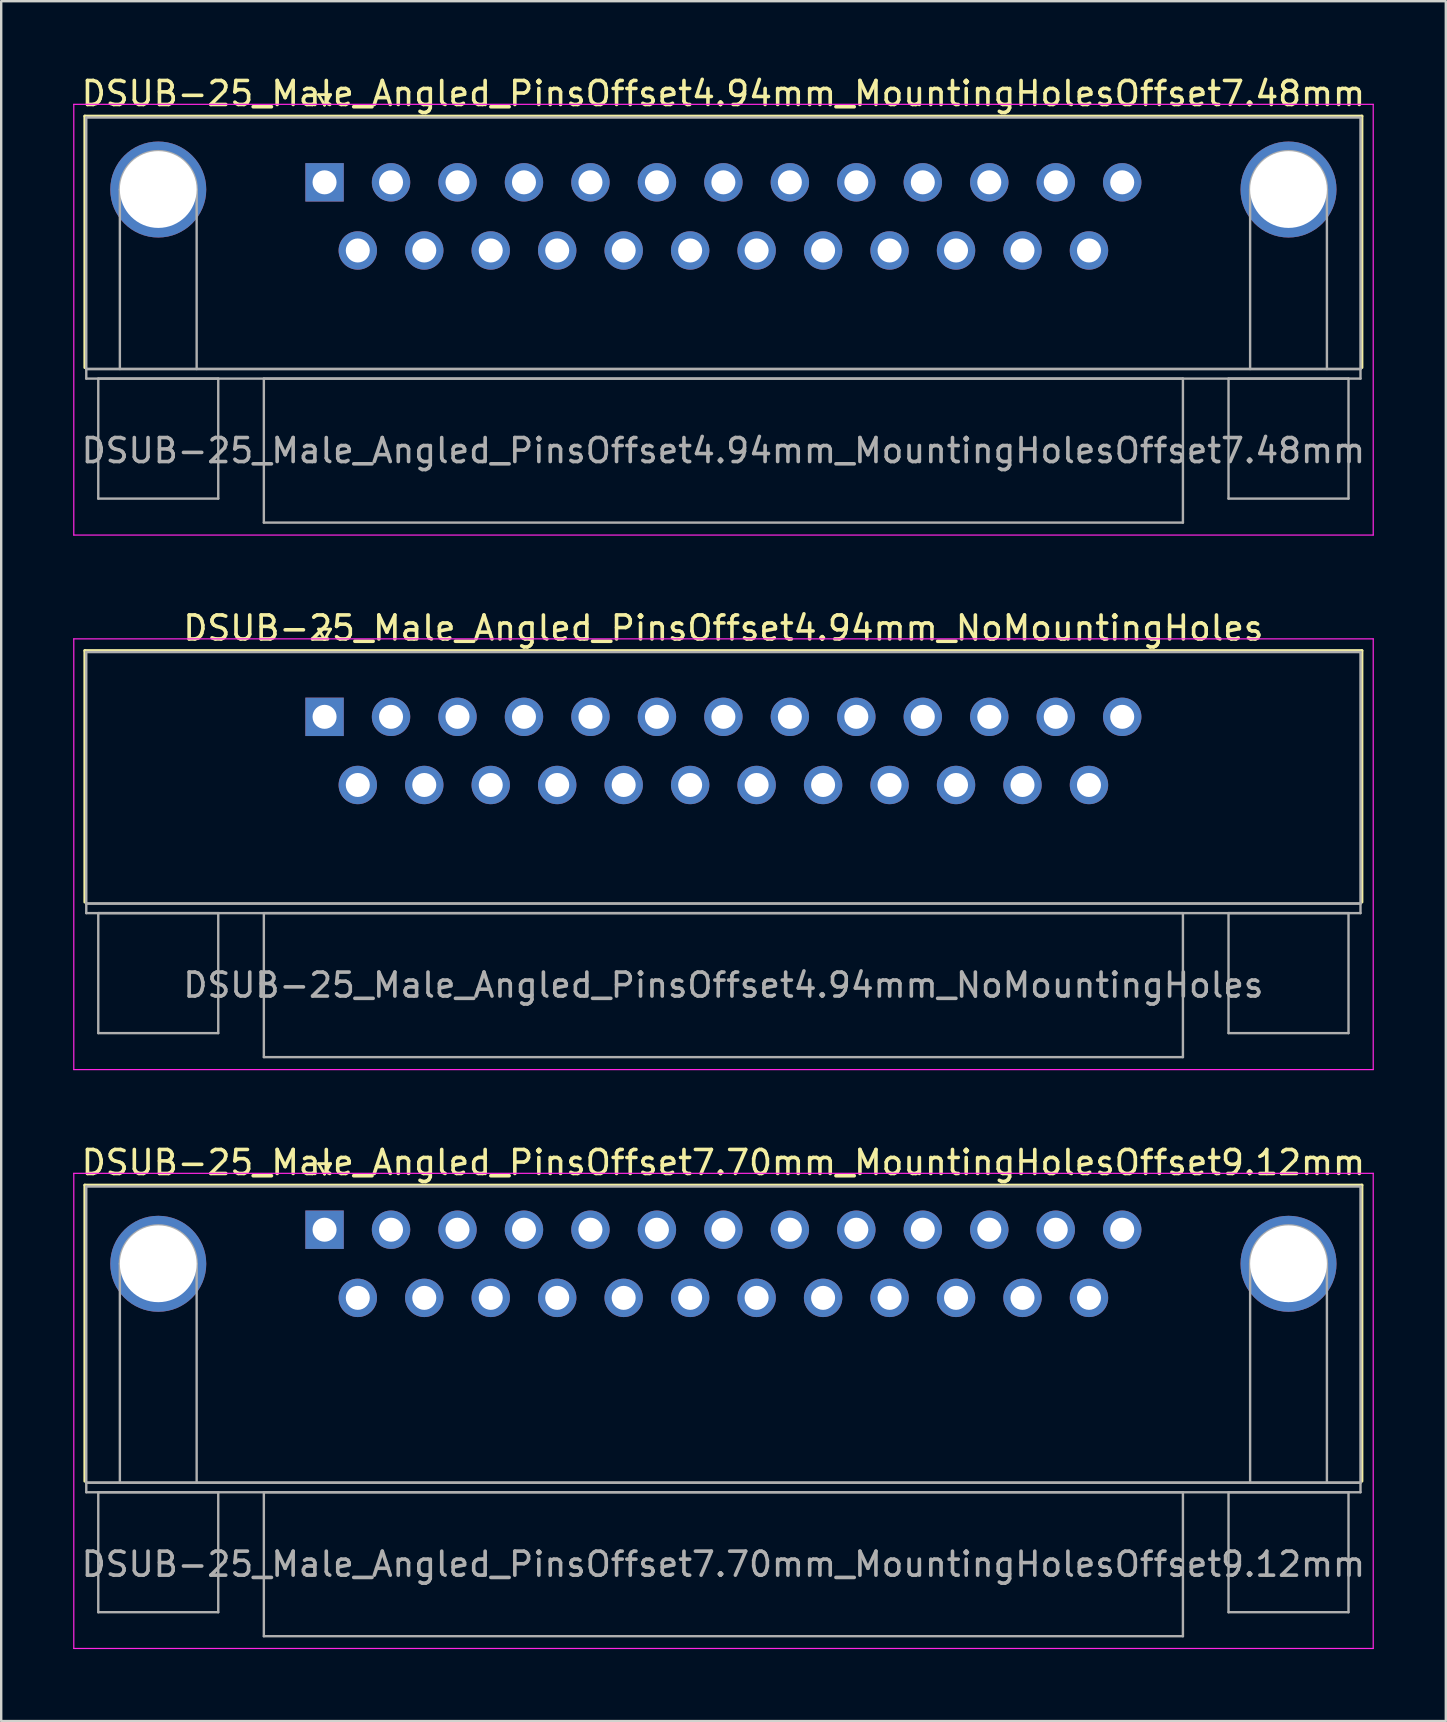
<source format=kicad_pcb>
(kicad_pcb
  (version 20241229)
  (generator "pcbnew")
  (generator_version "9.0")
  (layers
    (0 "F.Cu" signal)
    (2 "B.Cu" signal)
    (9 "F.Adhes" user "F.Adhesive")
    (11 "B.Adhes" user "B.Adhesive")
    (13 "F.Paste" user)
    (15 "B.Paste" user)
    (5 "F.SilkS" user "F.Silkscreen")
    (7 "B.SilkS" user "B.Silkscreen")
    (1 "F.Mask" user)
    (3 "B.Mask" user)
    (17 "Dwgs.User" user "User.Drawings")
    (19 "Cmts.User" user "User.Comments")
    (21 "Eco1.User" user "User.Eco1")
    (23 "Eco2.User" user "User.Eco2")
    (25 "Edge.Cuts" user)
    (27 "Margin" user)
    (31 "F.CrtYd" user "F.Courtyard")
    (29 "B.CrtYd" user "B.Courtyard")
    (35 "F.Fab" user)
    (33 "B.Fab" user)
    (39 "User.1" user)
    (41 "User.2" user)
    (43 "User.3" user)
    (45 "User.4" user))
  (footprint "DSUB-25_Male_Angled_PinsOffset4.94mm_MountingHolesOffset7.48mm"
    (layer "F.Cu")
    (at 10.475 4.548)
    (property "Reference" "DSUB-25_Male_Angled_PinsOffset4.94mm_MountingHolesOffset7.48mm" (at 16.62 -3.7 0) (layer "F.SilkS") (effects (font (size 1 1) (thickness 0.15))))
    (attr through_hole)
    (fp_line (start -9.99 -2.76) (end 43.23 -2.76) (stroke (width 0.12) (type solid)) (layer "F.SilkS"))
    (fp_line (start -9.99 7.72) (end -9.99 -2.76) (stroke (width 0.12) (type solid)) (layer "F.SilkS"))
    (fp_line (start -0.25 -3.654) (end 0.25 -3.654) (stroke (width 0.12) (type solid)) (layer "F.SilkS"))
    (fp_line (start 0 -3.221) (end -0.25 -3.654) (stroke (width 0.12) (type solid)) (layer "F.SilkS"))
    (fp_line (start 0.25 -3.654) (end 0 -3.221) (stroke (width 0.12) (type solid)) (layer "F.SilkS"))
    (fp_line (start 43.23 -2.76) (end 43.23 7.72) (stroke (width 0.12) (type solid)) (layer "F.SilkS"))
    (fp_line (start -10.45 -3.25) (end -10.45 14.7) (stroke (width 0.05) (type solid)) (layer "F.CrtYd"))
    (fp_line (start -10.45 14.7) (end 43.7 14.7) (stroke (width 0.05) (type solid)) (layer "F.CrtYd"))
    (fp_line (start 43.7 -3.25) (end -10.45 -3.25) (stroke (width 0.05) (type solid)) (layer "F.CrtYd"))
    (fp_line (start 43.7 14.7) (end 43.7 -3.25) (stroke (width 0.05) (type solid)) (layer "F.CrtYd"))
    (fp_line (start -9.93 -2.7) (end -9.93 7.78) (stroke (width 0.1) (type solid)) (layer "F.Fab"))
    (fp_line (start -9.93 7.78) (end -9.93 8.18) (stroke (width 0.1) (type solid)) (layer "F.Fab"))
    (fp_line (start -9.93 7.78) (end 43.17 7.78) (stroke (width 0.1) (type solid)) (layer "F.Fab"))
    (fp_line (start -9.93 8.18) (end 43.17 8.18) (stroke (width 0.1) (type solid)) (layer "F.Fab"))
    (fp_line (start -9.43 8.18) (end -9.43 13.18) (stroke (width 0.1) (type solid)) (layer "F.Fab"))
    (fp_line (start -9.43 13.18) (end -4.43 13.18) (stroke (width 0.1) (type solid)) (layer "F.Fab"))
    (fp_line (start -8.53 7.78) (end -8.53 0.3) (stroke (width 0.1) (type solid)) (layer "F.Fab"))
    (fp_line (start -5.33 7.78) (end -5.33 0.3) (stroke (width 0.1) (type solid)) (layer "F.Fab"))
    (fp_line (start -4.43 8.18) (end -9.43 8.18) (stroke (width 0.1) (type solid)) (layer "F.Fab"))
    (fp_line (start -4.43 13.18) (end -4.43 8.18) (stroke (width 0.1) (type solid)) (layer "F.Fab"))
    (fp_line (start -2.53 8.18) (end -2.53 14.18) (stroke (width 0.1) (type solid)) (layer "F.Fab"))
    (fp_line (start -2.53 14.18) (end 35.77 14.18) (stroke (width 0.1) (type solid)) (layer "F.Fab"))
    (fp_line (start 35.77 8.18) (end -2.53 8.18) (stroke (width 0.1) (type solid)) (layer "F.Fab"))
    (fp_line (start 35.77 14.18) (end 35.77 8.18) (stroke (width 0.1) (type solid)) (layer "F.Fab"))
    (fp_line (start 37.67 8.18) (end 37.67 13.18) (stroke (width 0.1) (type solid)) (layer "F.Fab"))
    (fp_line (start 37.67 13.18) (end 42.67 13.18) (stroke (width 0.1) (type solid)) (layer "F.Fab"))
    (fp_line (start 38.57 7.78) (end 38.57 0.3) (stroke (width 0.1) (type solid)) (layer "F.Fab"))
    (fp_line (start 41.77 7.78) (end 41.77 0.3) (stroke (width 0.1) (type solid)) (layer "F.Fab"))
    (fp_line (start 42.67 8.18) (end 37.67 8.18) (stroke (width 0.1) (type solid)) (layer "F.Fab"))
    (fp_line (start 42.67 13.18) (end 42.67 8.18) (stroke (width 0.1) (type solid)) (layer "F.Fab"))
    (fp_line (start 43.17 -2.7) (end -9.93 -2.7) (stroke (width 0.1) (type solid)) (layer "F.Fab"))
    (fp_line (start 43.17 7.78) (end -9.93 7.78) (stroke (width 0.1) (type solid)) (layer "F.Fab"))
    (fp_line (start 43.17 7.78) (end 43.17 -2.7) (stroke (width 0.1) (type solid)) (layer "F.Fab"))
    (fp_line (start 43.17 8.18) (end 43.17 7.78) (stroke (width 0.1) (type solid)) (layer "F.Fab"))
    (fp_arc (start -8.53 0.3) (mid -6.93 -1.3) (end -5.33 0.3) (stroke (width 0.1) (type solid)) (layer "F.Fab"))
    (fp_arc (start 38.57 0.3) (mid 40.17 -1.3) (end 41.77 0.3) (stroke (width 0.1) (type solid)) (layer "F.Fab"))
    (fp_text user "${REFERENCE}" (at 16.62 11.18 0) (layer "F.Fab") (effects (font (size 1 1) (thickness 0.15))))
    (pad "0" thru_hole circle (at -6.93 0.3) (size 4 4) (drill 3.2) (layers "*.Cu" "*.Mask"))
    (pad "0" thru_hole circle (at 40.17 0.3) (size 4 4) (drill 3.2) (layers "*.Cu" "*.Mask"))
    (pad "1" thru_hole rect (at 0 0) (size 1.6 1.6) (drill 1) (layers "*.Cu" "*.Mask"))
    (pad "2" thru_hole circle (at 2.77 0) (size 1.6 1.6) (drill 1) (layers "*.Cu" "*.Mask"))
    (pad "3" thru_hole circle (at 5.54 0) (size 1.6 1.6) (drill 1) (layers "*.Cu" "*.Mask"))
    (pad "4" thru_hole circle (at 8.31 0) (size 1.6 1.6) (drill 1) (layers "*.Cu" "*.Mask"))
    (pad "5" thru_hole circle (at 11.08 0) (size 1.6 1.6) (drill 1) (layers "*.Cu" "*.Mask"))
    (pad "6" thru_hole circle (at 13.85 0) (size 1.6 1.6) (drill 1) (layers "*.Cu" "*.Mask"))
    (pad "7" thru_hole circle (at 16.62 0) (size 1.6 1.6) (drill 1) (layers "*.Cu" "*.Mask"))
    (pad "8" thru_hole circle (at 19.39 0) (size 1.6 1.6) (drill 1) (layers "*.Cu" "*.Mask"))
    (pad "9" thru_hole circle (at 22.16 0) (size 1.6 1.6) (drill 1) (layers "*.Cu" "*.Mask"))
    (pad "10" thru_hole circle (at 24.93 0) (size 1.6 1.6) (drill 1) (layers "*.Cu" "*.Mask"))
    (pad "11" thru_hole circle (at 27.7 0) (size 1.6 1.6) (drill 1) (layers "*.Cu" "*.Mask"))
    (pad "12" thru_hole circle (at 30.47 0) (size 1.6 1.6) (drill 1) (layers "*.Cu" "*.Mask"))
    (pad "13" thru_hole circle (at 33.24 0) (size 1.6 1.6) (drill 1) (layers "*.Cu" "*.Mask"))
    (pad "14" thru_hole circle (at 1.385 2.84) (size 1.6 1.6) (drill 1) (layers "*.Cu" "*.Mask"))
    (pad "15" thru_hole circle (at 4.155 2.84) (size 1.6 1.6) (drill 1) (layers "*.Cu" "*.Mask"))
    (pad "16" thru_hole circle (at 6.925 2.84) (size 1.6 1.6) (drill 1) (layers "*.Cu" "*.Mask"))
    (pad "17" thru_hole circle (at 9.695 2.84) (size 1.6 1.6) (drill 1) (layers "*.Cu" "*.Mask"))
    (pad "18" thru_hole circle (at 12.465 2.84) (size 1.6 1.6) (drill 1) (layers "*.Cu" "*.Mask"))
    (pad "19" thru_hole circle (at 15.235 2.84) (size 1.6 1.6) (drill 1) (layers "*.Cu" "*.Mask"))
    (pad "20" thru_hole circle (at 18.005 2.84) (size 1.6 1.6) (drill 1) (layers "*.Cu" "*.Mask"))
    (pad "21" thru_hole circle (at 20.775 2.84) (size 1.6 1.6) (drill 1) (layers "*.Cu" "*.Mask"))
    (pad "22" thru_hole circle (at 23.545 2.84) (size 1.6 1.6) (drill 1) (layers "*.Cu" "*.Mask"))
    (pad "23" thru_hole circle (at 26.315 2.84) (size 1.6 1.6) (drill 1) (layers "*.Cu" "*.Mask"))
    (pad "24" thru_hole circle (at 29.085 2.84) (size 1.6 1.6) (drill 1) (layers "*.Cu" "*.Mask"))
    (pad "25" thru_hole circle (at 31.855 2.84) (size 1.6 1.6) (drill 1) (layers "*.Cu" "*.Mask")))
  (footprint "DSUB-25_Male_Angled_PinsOffset7.70mm_MountingHolesOffset9.12mm"
    (layer "F.Cu")
    (at 10.475 48.195)
    (property "Reference" "DSUB-25_Male_Angled_PinsOffset7.70mm_MountingHolesOffset9.12mm" (at 16.62 -2.8 0) (layer "F.SilkS") (effects (font (size 1 1) (thickness 0.15))))
    (attr through_hole)
    (fp_line (start -9.99 -1.86) (end 43.23 -1.86) (stroke (width 0.12) (type solid)) (layer "F.SilkS"))
    (fp_line (start -9.99 10.48) (end -9.99 -1.86) (stroke (width 0.12) (type solid)) (layer "F.SilkS"))
    (fp_line (start -0.25 -2.754) (end 0.25 -2.754) (stroke (width 0.12) (type solid)) (layer "F.SilkS"))
    (fp_line (start 0 -2.321) (end -0.25 -2.754) (stroke (width 0.12) (type solid)) (layer "F.SilkS"))
    (fp_line (start 0.25 -2.754) (end 0 -2.321) (stroke (width 0.12) (type solid)) (layer "F.SilkS"))
    (fp_line (start 43.23 -1.86) (end 43.23 10.48) (stroke (width 0.12) (type solid)) (layer "F.SilkS"))
    (fp_line (start -10.45 -2.35) (end -10.45 17.45) (stroke (width 0.05) (type solid)) (layer "F.CrtYd"))
    (fp_line (start -10.45 17.45) (end 43.7 17.45) (stroke (width 0.05) (type solid)) (layer "F.CrtYd"))
    (fp_line (start 43.7 -2.35) (end -10.45 -2.35) (stroke (width 0.05) (type solid)) (layer "F.CrtYd"))
    (fp_line (start 43.7 17.45) (end 43.7 -2.35) (stroke (width 0.05) (type solid)) (layer "F.CrtYd"))
    (fp_line (start -9.93 -1.8) (end -9.93 10.54) (stroke (width 0.1) (type solid)) (layer "F.Fab"))
    (fp_line (start -9.93 10.54) (end -9.93 10.94) (stroke (width 0.1) (type solid)) (layer "F.Fab"))
    (fp_line (start -9.93 10.54) (end 43.17 10.54) (stroke (width 0.1) (type solid)) (layer "F.Fab"))
    (fp_line (start -9.93 10.94) (end 43.17 10.94) (stroke (width 0.1) (type solid)) (layer "F.Fab"))
    (fp_line (start -9.43 10.94) (end -9.43 15.94) (stroke (width 0.1) (type solid)) (layer "F.Fab"))
    (fp_line (start -9.43 15.94) (end -4.43 15.94) (stroke (width 0.1) (type solid)) (layer "F.Fab"))
    (fp_line (start -8.53 10.54) (end -8.53 1.42) (stroke (width 0.1) (type solid)) (layer "F.Fab"))
    (fp_line (start -5.33 10.54) (end -5.33 1.42) (stroke (width 0.1) (type solid)) (layer "F.Fab"))
    (fp_line (start -4.43 10.94) (end -9.43 10.94) (stroke (width 0.1) (type solid)) (layer "F.Fab"))
    (fp_line (start -4.43 15.94) (end -4.43 10.94) (stroke (width 0.1) (type solid)) (layer "F.Fab"))
    (fp_line (start -2.53 10.94) (end -2.53 16.94) (stroke (width 0.1) (type solid)) (layer "F.Fab"))
    (fp_line (start -2.53 16.94) (end 35.77 16.94) (stroke (width 0.1) (type solid)) (layer "F.Fab"))
    (fp_line (start 35.77 10.94) (end -2.53 10.94) (stroke (width 0.1) (type solid)) (layer "F.Fab"))
    (fp_line (start 35.77 16.94) (end 35.77 10.94) (stroke (width 0.1) (type solid)) (layer "F.Fab"))
    (fp_line (start 37.67 10.94) (end 37.67 15.94) (stroke (width 0.1) (type solid)) (layer "F.Fab"))
    (fp_line (start 37.67 15.94) (end 42.67 15.94) (stroke (width 0.1) (type solid)) (layer "F.Fab"))
    (fp_line (start 38.57 10.54) (end 38.57 1.42) (stroke (width 0.1) (type solid)) (layer "F.Fab"))
    (fp_line (start 41.77 10.54) (end 41.77 1.42) (stroke (width 0.1) (type solid)) (layer "F.Fab"))
    (fp_line (start 42.67 10.94) (end 37.67 10.94) (stroke (width 0.1) (type solid)) (layer "F.Fab"))
    (fp_line (start 42.67 15.94) (end 42.67 10.94) (stroke (width 0.1) (type solid)) (layer "F.Fab"))
    (fp_line (start 43.17 -1.8) (end -9.93 -1.8) (stroke (width 0.1) (type solid)) (layer "F.Fab"))
    (fp_line (start 43.17 10.54) (end -9.93 10.54) (stroke (width 0.1) (type solid)) (layer "F.Fab"))
    (fp_line (start 43.17 10.54) (end 43.17 -1.8) (stroke (width 0.1) (type solid)) (layer "F.Fab"))
    (fp_line (start 43.17 10.94) (end 43.17 10.54) (stroke (width 0.1) (type solid)) (layer "F.Fab"))
    (fp_arc (start -8.53 1.42) (mid -6.93 -0.18) (end -5.33 1.42) (stroke (width 0.1) (type solid)) (layer "F.Fab"))
    (fp_arc (start 38.57 1.42) (mid 40.17 -0.18) (end 41.77 1.42) (stroke (width 0.1) (type solid)) (layer "F.Fab"))
    (fp_text user "${REFERENCE}" (at 16.62 13.94 0) (layer "F.Fab") (effects (font (size 1 1) (thickness 0.15))))
    (pad "0" thru_hole circle (at -6.93 1.42) (size 4 4) (drill 3.2) (layers "*.Cu" "*.Mask"))
    (pad "0" thru_hole circle (at 40.17 1.42) (size 4 4) (drill 3.2) (layers "*.Cu" "*.Mask"))
    (pad "1" thru_hole rect (at 0 0) (size 1.6 1.6) (drill 1) (layers "*.Cu" "*.Mask"))
    (pad "2" thru_hole circle (at 2.77 0) (size 1.6 1.6) (drill 1) (layers "*.Cu" "*.Mask"))
    (pad "3" thru_hole circle (at 5.54 0) (size 1.6 1.6) (drill 1) (layers "*.Cu" "*.Mask"))
    (pad "4" thru_hole circle (at 8.31 0) (size 1.6 1.6) (drill 1) (layers "*.Cu" "*.Mask"))
    (pad "5" thru_hole circle (at 11.08 0) (size 1.6 1.6) (drill 1) (layers "*.Cu" "*.Mask"))
    (pad "6" thru_hole circle (at 13.85 0) (size 1.6 1.6) (drill 1) (layers "*.Cu" "*.Mask"))
    (pad "7" thru_hole circle (at 16.62 0) (size 1.6 1.6) (drill 1) (layers "*.Cu" "*.Mask"))
    (pad "8" thru_hole circle (at 19.39 0) (size 1.6 1.6) (drill 1) (layers "*.Cu" "*.Mask"))
    (pad "9" thru_hole circle (at 22.16 0) (size 1.6 1.6) (drill 1) (layers "*.Cu" "*.Mask"))
    (pad "10" thru_hole circle (at 24.93 0) (size 1.6 1.6) (drill 1) (layers "*.Cu" "*.Mask"))
    (pad "11" thru_hole circle (at 27.7 0) (size 1.6 1.6) (drill 1) (layers "*.Cu" "*.Mask"))
    (pad "12" thru_hole circle (at 30.47 0) (size 1.6 1.6) (drill 1) (layers "*.Cu" "*.Mask"))
    (pad "13" thru_hole circle (at 33.24 0) (size 1.6 1.6) (drill 1) (layers "*.Cu" "*.Mask"))
    (pad "14" thru_hole circle (at 1.385 2.84) (size 1.6 1.6) (drill 1) (layers "*.Cu" "*.Mask"))
    (pad "15" thru_hole circle (at 4.155 2.84) (size 1.6 1.6) (drill 1) (layers "*.Cu" "*.Mask"))
    (pad "16" thru_hole circle (at 6.925 2.84) (size 1.6 1.6) (drill 1) (layers "*.Cu" "*.Mask"))
    (pad "17" thru_hole circle (at 9.695 2.84) (size 1.6 1.6) (drill 1) (layers "*.Cu" "*.Mask"))
    (pad "18" thru_hole circle (at 12.465 2.84) (size 1.6 1.6) (drill 1) (layers "*.Cu" "*.Mask"))
    (pad "19" thru_hole circle (at 15.235 2.84) (size 1.6 1.6) (drill 1) (layers "*.Cu" "*.Mask"))
    (pad "20" thru_hole circle (at 18.005 2.84) (size 1.6 1.6) (drill 1) (layers "*.Cu" "*.Mask"))
    (pad "21" thru_hole circle (at 20.775 2.84) (size 1.6 1.6) (drill 1) (layers "*.Cu" "*.Mask"))
    (pad "22" thru_hole circle (at 23.545 2.84) (size 1.6 1.6) (drill 1) (layers "*.Cu" "*.Mask"))
    (pad "23" thru_hole circle (at 26.315 2.84) (size 1.6 1.6) (drill 1) (layers "*.Cu" "*.Mask"))
    (pad "24" thru_hole circle (at 29.085 2.84) (size 1.6 1.6) (drill 1) (layers "*.Cu" "*.Mask"))
    (pad "25" thru_hole circle (at 31.855 2.84) (size 1.6 1.6) (drill 1) (layers "*.Cu" "*.Mask")))
  (footprint "DSUB-25_Male_Angled_PinsOffset4.94mm_NoMountingHoles"
    (layer "F.Cu")
    (at 10.475 26.822)
    (property "Reference" "DSUB-25_Male_Angled_PinsOffset4.94mm_NoMountingHoles" (at 16.62 -3.7 0) (layer "F.SilkS") (effects (font (size 1 1) (thickness 0.15))))
    (attr through_hole)
    (fp_line (start -9.99 -2.76) (end 43.23 -2.76) (stroke (width 0.12) (type solid)) (layer "F.SilkS"))
    (fp_line (start -9.99 7.72) (end -9.99 -2.76) (stroke (width 0.12) (type solid)) (layer "F.SilkS"))
    (fp_line (start -0.25 -3.654) (end 0.25 -3.654) (stroke (width 0.12) (type solid)) (layer "F.SilkS"))
    (fp_line (start 0 -3.221) (end -0.25 -3.654) (stroke (width 0.12) (type solid)) (layer "F.SilkS"))
    (fp_line (start 0.25 -3.654) (end 0 -3.221) (stroke (width 0.12) (type solid)) (layer "F.SilkS"))
    (fp_line (start 43.23 -2.76) (end 43.23 7.72) (stroke (width 0.12) (type solid)) (layer "F.SilkS"))
    (fp_line (start -10.45 -3.25) (end -10.45 14.7) (stroke (width 0.05) (type solid)) (layer "F.CrtYd"))
    (fp_line (start -10.45 14.7) (end 43.7 14.7) (stroke (width 0.05) (type solid)) (layer "F.CrtYd"))
    (fp_line (start 43.7 -3.25) (end -10.45 -3.25) (stroke (width 0.05) (type solid)) (layer "F.CrtYd"))
    (fp_line (start 43.7 14.7) (end 43.7 -3.25) (stroke (width 0.05) (type solid)) (layer "F.CrtYd"))
    (fp_line (start -9.93 -2.7) (end -9.93 7.78) (stroke (width 0.1) (type solid)) (layer "F.Fab"))
    (fp_line (start -9.93 7.78) (end -9.93 8.18) (stroke (width 0.1) (type solid)) (layer "F.Fab"))
    (fp_line (start -9.93 7.78) (end 43.17 7.78) (stroke (width 0.1) (type solid)) (layer "F.Fab"))
    (fp_line (start -9.93 8.18) (end 43.17 8.18) (stroke (width 0.1) (type solid)) (layer "F.Fab"))
    (fp_line (start -9.43 8.18) (end -9.43 13.18) (stroke (width 0.1) (type solid)) (layer "F.Fab"))
    (fp_line (start -9.43 13.18) (end -4.43 13.18) (stroke (width 0.1) (type solid)) (layer "F.Fab"))
    (fp_line (start -4.43 8.18) (end -9.43 8.18) (stroke (width 0.1) (type solid)) (layer "F.Fab"))
    (fp_line (start -4.43 13.18) (end -4.43 8.18) (stroke (width 0.1) (type solid)) (layer "F.Fab"))
    (fp_line (start -2.53 8.18) (end -2.53 14.18) (stroke (width 0.1) (type solid)) (layer "F.Fab"))
    (fp_line (start -2.53 14.18) (end 35.77 14.18) (stroke (width 0.1) (type solid)) (layer "F.Fab"))
    (fp_line (start 35.77 8.18) (end -2.53 8.18) (stroke (width 0.1) (type solid)) (layer "F.Fab"))
    (fp_line (start 35.77 14.18) (end 35.77 8.18) (stroke (width 0.1) (type solid)) (layer "F.Fab"))
    (fp_line (start 37.67 8.18) (end 37.67 13.18) (stroke (width 0.1) (type solid)) (layer "F.Fab"))
    (fp_line (start 37.67 13.18) (end 42.67 13.18) (stroke (width 0.1) (type solid)) (layer "F.Fab"))
    (fp_line (start 42.67 8.18) (end 37.67 8.18) (stroke (width 0.1) (type solid)) (layer "F.Fab"))
    (fp_line (start 42.67 13.18) (end 42.67 8.18) (stroke (width 0.1) (type solid)) (layer "F.Fab"))
    (fp_line (start 43.17 -2.7) (end -9.93 -2.7) (stroke (width 0.1) (type solid)) (layer "F.Fab"))
    (fp_line (start 43.17 7.78) (end -9.93 7.78) (stroke (width 0.1) (type solid)) (layer "F.Fab"))
    (fp_line (start 43.17 7.78) (end 43.17 -2.7) (stroke (width 0.1) (type solid)) (layer "F.Fab"))
    (fp_line (start 43.17 8.18) (end 43.17 7.78) (stroke (width 0.1) (type solid)) (layer "F.Fab"))
    (fp_text user "${REFERENCE}" (at 16.62 11.18 0) (layer "F.Fab") (effects (font (size 1 1) (thickness 0.15))))
    (pad "1" thru_hole rect (at 0 0) (size 1.6 1.6) (drill 1) (layers "*.Cu" "*.Mask"))
    (pad "2" thru_hole circle (at 2.77 0) (size 1.6 1.6) (drill 1) (layers "*.Cu" "*.Mask"))
    (pad "3" thru_hole circle (at 5.54 0) (size 1.6 1.6) (drill 1) (layers "*.Cu" "*.Mask"))
    (pad "4" thru_hole circle (at 8.31 0) (size 1.6 1.6) (drill 1) (layers "*.Cu" "*.Mask"))
    (pad "5" thru_hole circle (at 11.08 0) (size 1.6 1.6) (drill 1) (layers "*.Cu" "*.Mask"))
    (pad "6" thru_hole circle (at 13.85 0) (size 1.6 1.6) (drill 1) (layers "*.Cu" "*.Mask"))
    (pad "7" thru_hole circle (at 16.62 0) (size 1.6 1.6) (drill 1) (layers "*.Cu" "*.Mask"))
    (pad "8" thru_hole circle (at 19.39 0) (size 1.6 1.6) (drill 1) (layers "*.Cu" "*.Mask"))
    (pad "9" thru_hole circle (at 22.16 0) (size 1.6 1.6) (drill 1) (layers "*.Cu" "*.Mask"))
    (pad "10" thru_hole circle (at 24.93 0) (size 1.6 1.6) (drill 1) (layers "*.Cu" "*.Mask"))
    (pad "11" thru_hole circle (at 27.7 0) (size 1.6 1.6) (drill 1) (layers "*.Cu" "*.Mask"))
    (pad "12" thru_hole circle (at 30.47 0) (size 1.6 1.6) (drill 1) (layers "*.Cu" "*.Mask"))
    (pad "13" thru_hole circle (at 33.24 0) (size 1.6 1.6) (drill 1) (layers "*.Cu" "*.Mask"))
    (pad "14" thru_hole circle (at 1.385 2.84) (size 1.6 1.6) (drill 1) (layers "*.Cu" "*.Mask"))
    (pad "15" thru_hole circle (at 4.155 2.84) (size 1.6 1.6) (drill 1) (layers "*.Cu" "*.Mask"))
    (pad "16" thru_hole circle (at 6.925 2.84) (size 1.6 1.6) (drill 1) (layers "*.Cu" "*.Mask"))
    (pad "17" thru_hole circle (at 9.695 2.84) (size 1.6 1.6) (drill 1) (layers "*.Cu" "*.Mask"))
    (pad "18" thru_hole circle (at 12.465 2.84) (size 1.6 1.6) (drill 1) (layers "*.Cu" "*.Mask"))
    (pad "19" thru_hole circle (at 15.235 2.84) (size 1.6 1.6) (drill 1) (layers "*.Cu" "*.Mask"))
    (pad "20" thru_hole circle (at 18.005 2.84) (size 1.6 1.6) (drill 1) (layers "*.Cu" "*.Mask"))
    (pad "21" thru_hole circle (at 20.775 2.84) (size 1.6 1.6) (drill 1) (layers "*.Cu" "*.Mask"))
    (pad "22" thru_hole circle (at 23.545 2.84) (size 1.6 1.6) (drill 1) (layers "*.Cu" "*.Mask"))
    (pad "23" thru_hole circle (at 26.315 2.84) (size 1.6 1.6) (drill 1) (layers "*.Cu" "*.Mask"))
    (pad "24" thru_hole circle (at 29.085 2.84) (size 1.6 1.6) (drill 1) (layers "*.Cu" "*.Mask"))
    (pad "25" thru_hole circle (at 31.855 2.84) (size 1.6 1.6) (drill 1) (layers "*.Cu" "*.Mask")))
  (gr_rect
    (start -3 -3)
    (end 57.2 68.67)
    (stroke (width 0.1) (type default))
    (fill no)
    (layer "Edge.Cuts")))
</source>
